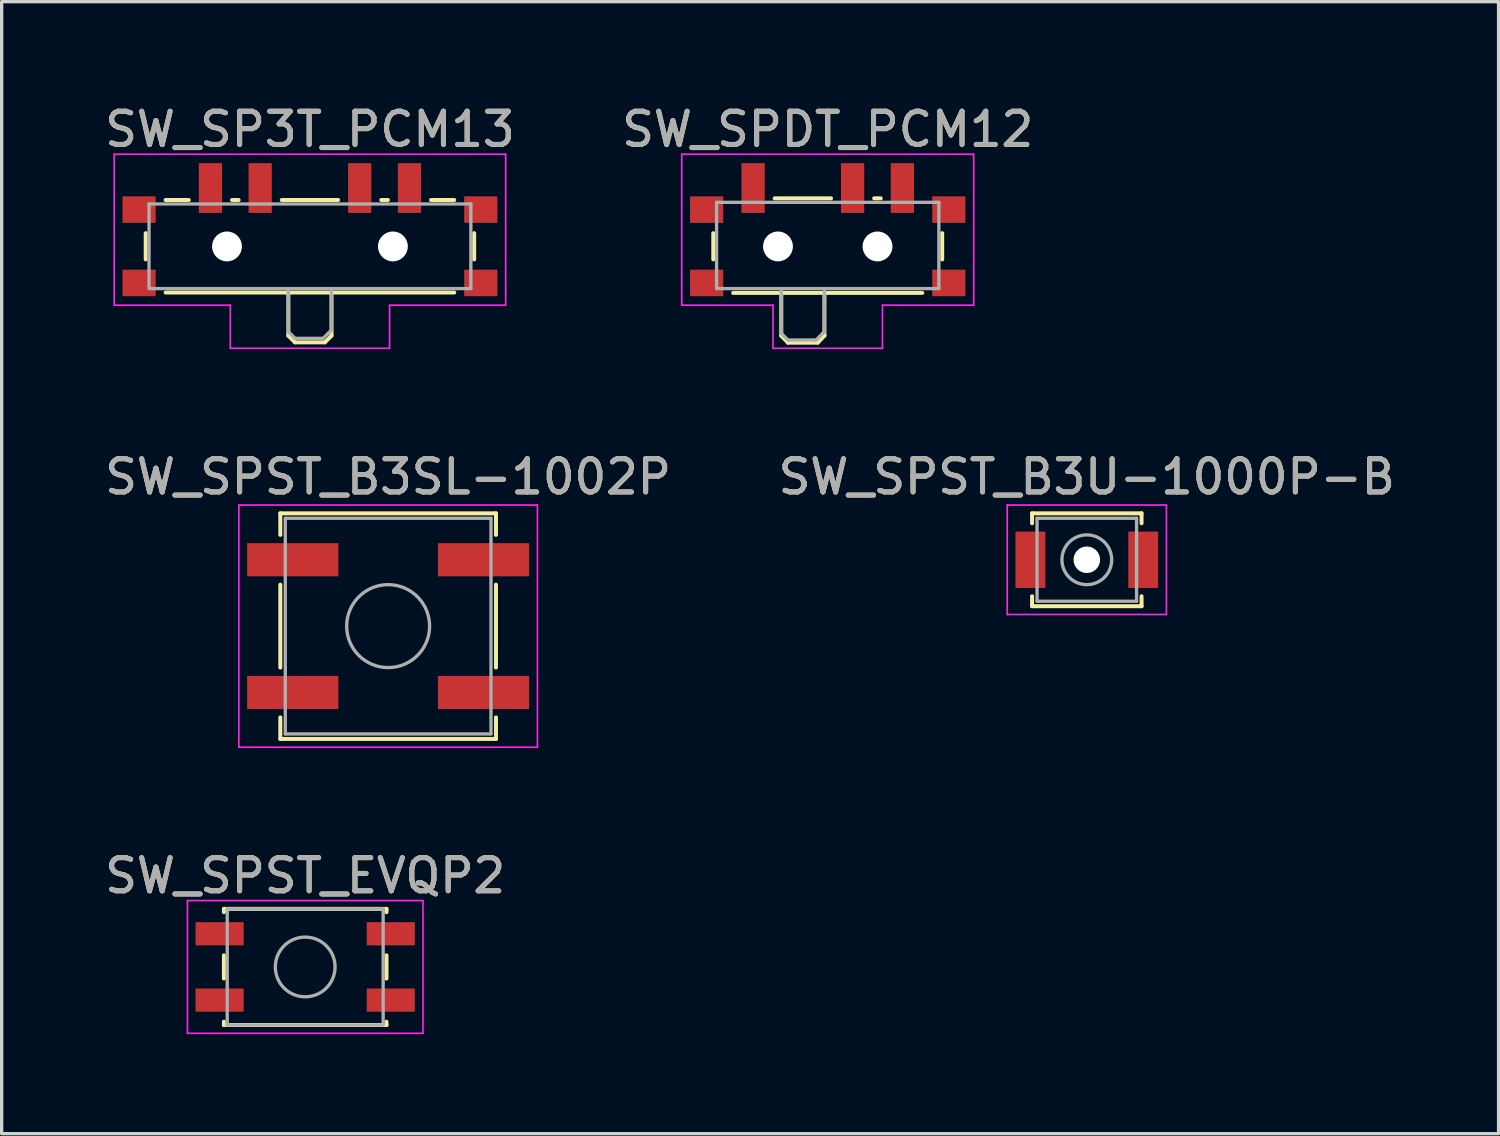
<source format=kicad_pcb>
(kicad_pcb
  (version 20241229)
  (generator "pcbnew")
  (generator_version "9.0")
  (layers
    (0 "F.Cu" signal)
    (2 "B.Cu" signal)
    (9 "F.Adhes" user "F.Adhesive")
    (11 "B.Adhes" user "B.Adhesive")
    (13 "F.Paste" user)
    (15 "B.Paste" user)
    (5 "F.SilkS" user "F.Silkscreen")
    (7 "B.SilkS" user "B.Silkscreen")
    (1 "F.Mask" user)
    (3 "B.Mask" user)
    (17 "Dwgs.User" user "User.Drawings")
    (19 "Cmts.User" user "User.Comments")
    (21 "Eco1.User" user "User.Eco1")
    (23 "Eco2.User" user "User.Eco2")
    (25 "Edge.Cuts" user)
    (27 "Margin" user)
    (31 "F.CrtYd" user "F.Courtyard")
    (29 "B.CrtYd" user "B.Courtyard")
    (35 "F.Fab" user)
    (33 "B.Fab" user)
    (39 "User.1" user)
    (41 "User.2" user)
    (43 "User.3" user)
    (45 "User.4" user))
  (footprint "SW_SPDT_PCM12"
    (layer "F.Cu")
    (at 21.899 4.048)
    (property "Reference" "SW_SPDT_PCM12" (at 0 -3.2 0) (layer "F.SilkS") (effects (font (size 1 1) (thickness 0.15))))
    (attr smd)
    (fp_line (start -3.45 -0.07) (end -3.45 0.72) (stroke (width 0.12) (type solid)) (layer "F.SilkS"))
    (fp_line (start -2.85 1.73) (end 2.85 1.73) (stroke (width 0.12) (type solid)) (layer "F.SilkS"))
    (fp_line (start -1.6 -1.12) (end 0.1 -1.12) (stroke (width 0.12) (type solid)) (layer "F.SilkS"))
    (fp_line (start -1.4 1.73) (end -1.4 3.02) (stroke (width 0.12) (type solid)) (layer "F.SilkS"))
    (fp_line (start -1.4 3.02) (end -1.2 3.23) (stroke (width 0.12) (type solid)) (layer "F.SilkS"))
    (fp_line (start -1.2 3.23) (end -0.3 3.23) (stroke (width 0.12) (type solid)) (layer "F.SilkS"))
    (fp_line (start -0.1 3.02) (end -0.3 3.23) (stroke (width 0.12) (type solid)) (layer "F.SilkS"))
    (fp_line (start -0.1 3.02) (end -0.1 1.73) (stroke (width 0.12) (type solid)) (layer "F.SilkS"))
    (fp_line (start 1.4 -1.12) (end 1.6 -1.12) (stroke (width 0.12) (type solid)) (layer "F.SilkS"))
    (fp_line (start 3.45 0.72) (end 3.45 -0.07) (stroke (width 0.12) (type solid)) (layer "F.SilkS"))
    (fp_line (start -4.4 -2.45) (end 4.4 -2.45) (stroke (width 0.05) (type solid)) (layer "F.CrtYd"))
    (fp_line (start -4.4 2.1) (end -4.4 -2.45) (stroke (width 0.05) (type solid)) (layer "F.CrtYd"))
    (fp_line (start -1.65 2.1) (end -4.4 2.1) (stroke (width 0.05) (type solid)) (layer "F.CrtYd"))
    (fp_line (start -1.65 3.4) (end -1.65 2.1) (stroke (width 0.05) (type solid)) (layer "F.CrtYd"))
    (fp_line (start 1.65 2.1) (end 1.65 3.4) (stroke (width 0.05) (type solid)) (layer "F.CrtYd"))
    (fp_line (start 1.65 3.4) (end -1.65 3.4) (stroke (width 0.05) (type solid)) (layer "F.CrtYd"))
    (fp_line (start 4.4 -2.45) (end 4.4 2.1) (stroke (width 0.05) (type solid)) (layer "F.CrtYd"))
    (fp_line (start 4.4 2.1) (end 1.65 2.1) (stroke (width 0.05) (type solid)) (layer "F.CrtYd"))
    (fp_line (start -3.35 -1) (end -3.35 1.6) (stroke (width 0.1) (type solid)) (layer "F.Fab"))
    (fp_line (start -3.35 1.6) (end 3.35 1.6) (stroke (width 0.1) (type solid)) (layer "F.Fab"))
    (fp_line (start -1.4 1.65) (end -1.4 2.95) (stroke (width 0.1) (type solid)) (layer "F.Fab"))
    (fp_line (start -1.4 2.95) (end -1.2 3.15) (stroke (width 0.1) (type solid)) (layer "F.Fab"))
    (fp_line (start -1.2 3.15) (end -0.35 3.15) (stroke (width 0.1) (type solid)) (layer "F.Fab"))
    (fp_line (start -0.35 3.15) (end -0.15 2.95) (stroke (width 0.1) (type solid)) (layer "F.Fab"))
    (fp_line (start -0.15 2.95) (end -0.1 2.9) (stroke (width 0.1) (type solid)) (layer "F.Fab"))
    (fp_line (start -0.1 2.9) (end -0.1 1.6) (stroke (width 0.1) (type solid)) (layer "F.Fab"))
    (fp_line (start 3.35 -1) (end -3.35 -1) (stroke (width 0.1) (type solid)) (layer "F.Fab"))
    (fp_line (start 3.35 1.6) (end 3.35 -1) (stroke (width 0.1) (type solid)) (layer "F.Fab"))
    (fp_text user "${REFERENCE}" (at 0 -3.2 0) (layer "F.Fab") (effects (font (size 1 1) (thickness 0.15))))
    (pad "" smd rect (at -3.65 -0.78) (size 1 0.8) (layers "F.Cu" "F.Mask" "F.Paste"))
    (pad "" smd rect (at -3.65 1.43) (size 1 0.8) (layers "F.Cu" "F.Mask" "F.Paste"))
    (pad "" np_thru_hole circle (at -1.5 0.33) (size 0.9 0.9) (drill 0.9) (layers "*.Cu" "*.Mask"))
    (pad "" np_thru_hole circle (at 1.5 0.33) (size 0.9 0.9) (drill 0.9) (layers "*.Cu" "*.Mask"))
    (pad "" smd rect (at 3.65 -0.78) (size 1 0.8) (layers "F.Cu" "F.Mask" "F.Paste"))
    (pad "" smd rect (at 3.65 1.43) (size 1 0.8) (layers "F.Cu" "F.Mask" "F.Paste"))
    (pad "1" smd rect (at -2.25 -1.43) (size 0.7 1.5) (layers "F.Cu" "F.Mask" "F.Paste"))
    (pad "2" smd rect (at 0.75 -1.43) (size 0.7 1.5) (layers "F.Cu" "F.Mask" "F.Paste"))
    (pad "3" smd rect (at 2.25 -1.43) (size 0.7 1.5) (layers "F.Cu" "F.Mask" "F.Paste")))
  (footprint "SW_SP3T_PCM13"
    (layer "F.Cu")
    (at 6.292 4.048)
    (property "Reference" "SW_SP3T_PCM13" (at 0 -3.2 0) (layer "F.SilkS") (effects (font (size 1 1) (thickness 0.15))))
    (attr smd)
    (fp_line (start -4.95 -0.07) (end -4.95 0.72) (stroke (width 0.12) (type solid)) (layer "F.SilkS"))
    (fp_line (start -4.35 -1.07) (end -3.65 -1.07) (stroke (width 0.12) (type solid)) (layer "F.SilkS"))
    (fp_line (start -4.35 1.72) (end 4.35 1.72) (stroke (width 0.12) (type solid)) (layer "F.SilkS"))
    (fp_line (start -2.35 -1.07) (end -2.15 -1.07) (stroke (width 0.12) (type solid)) (layer "F.SilkS"))
    (fp_line (start -0.85 -1.07) (end 0.85 -1.07) (stroke (width 0.12) (type solid)) (layer "F.SilkS"))
    (fp_line (start -0.65 1.72) (end -0.65 3.02) (stroke (width 0.12) (type solid)) (layer "F.SilkS"))
    (fp_line (start -0.65 3.02) (end -0.45 3.22) (stroke (width 0.12) (type solid)) (layer "F.SilkS"))
    (fp_line (start 0.45 3.22) (end -0.45 3.22) (stroke (width 0.12) (type solid)) (layer "F.SilkS"))
    (fp_line (start 0.65 3.02) (end 0.45 3.22) (stroke (width 0.12) (type solid)) (layer "F.SilkS"))
    (fp_line (start 0.65 3.02) (end 0.65 1.72) (stroke (width 0.12) (type solid)) (layer "F.SilkS"))
    (fp_line (start 2.15 -1.07) (end 2.35 -1.07) (stroke (width 0.12) (type solid)) (layer "F.SilkS"))
    (fp_line (start 3.65 -1.07) (end 4.35 -1.07) (stroke (width 0.12) (type solid)) (layer "F.SilkS"))
    (fp_line (start 4.95 0.72) (end 4.95 -0.07) (stroke (width 0.12) (type solid)) (layer "F.SilkS"))
    (fp_line (start -5.9 -2.45) (end 5.9 -2.45) (stroke (width 0.05) (type solid)) (layer "F.CrtYd"))
    (fp_line (start -5.9 2.1) (end -5.9 -2.45) (stroke (width 0.05) (type solid)) (layer "F.CrtYd"))
    (fp_line (start -2.4 2.1) (end -5.9 2.1) (stroke (width 0.05) (type solid)) (layer "F.CrtYd"))
    (fp_line (start -2.4 3.4) (end -2.4 2.1) (stroke (width 0.05) (type solid)) (layer "F.CrtYd"))
    (fp_line (start 2.4 2.1) (end 2.4 3.4) (stroke (width 0.05) (type solid)) (layer "F.CrtYd"))
    (fp_line (start 2.4 3.4) (end -2.4 3.4) (stroke (width 0.05) (type solid)) (layer "F.CrtYd"))
    (fp_line (start 5.9 -2.45) (end 5.9 2.1) (stroke (width 0.05) (type solid)) (layer "F.CrtYd"))
    (fp_line (start 5.9 2.1) (end 2.4 2.1) (stroke (width 0.05) (type solid)) (layer "F.CrtYd"))
    (fp_line (start -4.85 -0.95) (end 4.85 -0.95) (stroke (width 0.1) (type solid)) (layer "F.Fab"))
    (fp_line (start -4.85 1.6) (end -4.85 -0.95) (stroke (width 0.1) (type solid)) (layer "F.Fab"))
    (fp_line (start -0.65 1.6) (end -0.65 2.9) (stroke (width 0.1) (type solid)) (layer "F.Fab"))
    (fp_line (start -0.65 2.9) (end -0.45 3.1) (stroke (width 0.1) (type solid)) (layer "F.Fab"))
    (fp_line (start -0.45 3.1) (end 0.4 3.1) (stroke (width 0.1) (type solid)) (layer "F.Fab"))
    (fp_line (start 0.4 3.1) (end 0.55 2.95) (stroke (width 0.1) (type solid)) (layer "F.Fab"))
    (fp_line (start 0.55 2.95) (end 0.65 2.85) (stroke (width 0.1) (type solid)) (layer "F.Fab"))
    (fp_line (start 0.65 2.85) (end 0.65 1.6) (stroke (width 0.1) (type solid)) (layer "F.Fab"))
    (fp_line (start 4.85 -0.95) (end 4.85 1.6) (stroke (width 0.1) (type solid)) (layer "F.Fab"))
    (fp_line (start 4.85 1.6) (end -4.8 1.6) (stroke (width 0.1) (type solid)) (layer "F.Fab"))
    (fp_text user "${REFERENCE}" (at 0 -3.2 0) (layer "F.Fab") (effects (font (size 1 1) (thickness 0.15))))
    (pad "" smd rect (at -5.15 -0.78) (size 1 0.8) (layers "F.Cu" "F.Mask" "F.Paste"))
    (pad "" smd rect (at -5.15 1.43) (size 1 0.8) (layers "F.Cu" "F.Mask" "F.Paste"))
    (pad "" np_thru_hole circle (at -2.5 0.33) (size 0.9 0.9) (drill 0.9) (layers "*.Cu" "*.Mask"))
    (pad "" np_thru_hole circle (at 2.5 0.33) (size 0.9 0.9) (drill 0.9) (layers "*.Cu" "*.Mask"))
    (pad "" smd rect (at 5.15 -0.78) (size 1 0.8) (layers "F.Cu" "F.Mask" "F.Paste"))
    (pad "" smd rect (at 5.15 1.43) (size 1 0.8) (layers "F.Cu" "F.Mask" "F.Paste"))
    (pad "1" smd rect (at -3 -1.43) (size 0.7 1.5) (layers "F.Cu" "F.Mask" "F.Paste"))
    (pad "2" smd rect (at -1.5 -1.43) (size 0.7 1.5) (layers "F.Cu" "F.Mask" "F.Paste"))
    (pad "3" smd rect (at 1.5 -1.43) (size 0.7 1.5) (layers "F.Cu" "F.Mask" "F.Paste"))
    (pad "4" smd rect (at 3 -1.43) (size 0.7 1.5) (layers "F.Cu" "F.Mask" "F.Paste")))
  (footprint "SW_SPST_B3U-1000P-B"
    (layer "F.Cu")
    (at 29.708 13.822)
    (property "Reference" "SW_SPST_B3U-1000P-B" (at 0 -2.5 0) (layer "F.SilkS") (effects (font (size 1 1) (thickness 0.15))))
    (attr smd)
    (fp_line (start -1.65 -1.4) (end 1.65 -1.4) (stroke (width 0.12) (type solid)) (layer "F.SilkS"))
    (fp_line (start -1.65 -1.1) (end -1.65 -1.4) (stroke (width 0.12) (type solid)) (layer "F.SilkS"))
    (fp_line (start -1.65 1.1) (end -1.65 1.4) (stroke (width 0.12) (type solid)) (layer "F.SilkS"))
    (fp_line (start -1.65 1.4) (end 1.65 1.4) (stroke (width 0.12) (type solid)) (layer "F.SilkS"))
    (fp_line (start 1.65 -1.4) (end 1.65 -1.1) (stroke (width 0.12) (type solid)) (layer "F.SilkS"))
    (fp_line (start 1.65 1.4) (end 1.65 1.1) (stroke (width 0.12) (type solid)) (layer "F.SilkS"))
    (fp_line (start -2.4 -1.65) (end -2.4 1.65) (stroke (width 0.05) (type solid)) (layer "F.CrtYd"))
    (fp_line (start -2.4 1.65) (end 2.4 1.65) (stroke (width 0.05) (type solid)) (layer "F.CrtYd"))
    (fp_line (start 2.4 -1.65) (end -2.4 -1.65) (stroke (width 0.05) (type solid)) (layer "F.CrtYd"))
    (fp_line (start 2.4 1.65) (end 2.4 -1.65) (stroke (width 0.05) (type solid)) (layer "F.CrtYd"))
    (fp_line (start -1.5 -1.25) (end 1.5 -1.25) (stroke (width 0.1) (type solid)) (layer "F.Fab"))
    (fp_line (start -1.5 1.25) (end -1.5 -1.25) (stroke (width 0.1) (type solid)) (layer "F.Fab"))
    (fp_line (start 1.5 -1.25) (end 1.5 1.25) (stroke (width 0.1) (type solid)) (layer "F.Fab"))
    (fp_line (start 1.5 1.25) (end -1.5 1.25) (stroke (width 0.1) (type solid)) (layer "F.Fab"))
    (fp_circle (center 0 0) (end 0.75 0) (stroke (width 0.1) (type solid)) (fill no) (layer "F.Fab"))
    (fp_text user "${REFERENCE}" (at 0 -2.5 0) (layer "F.Fab") (effects (font (size 1 1) (thickness 0.15))))
    (pad "" np_thru_hole circle (at 0 0) (size 0.8 0.8) (drill 0.8) (layers "*.Cu" "*.Mask"))
    (pad "1" smd rect (at -1.7 0) (size 0.9 1.7) (layers "F.Cu" "F.Mask" "F.Paste"))
    (pad "2" smd rect (at 1.7 0) (size 0.9 1.7) (layers "F.Cu" "F.Mask" "F.Paste")))
  (footprint "SW_SPST_EVQP2"
    (layer "F.Cu")
    (at 6.149 26.095)
    (property "Reference" "SW_SPST_EVQP2" (at 0 -2.75 0) (layer "F.SilkS") (effects (font (size 1 1) (thickness 0.15))))
    (attr smd)
    (fp_line (start -2.45 -1.75) (end -2.45 -1.65) (stroke (width 0.12) (type solid)) (layer "F.SilkS"))
    (fp_line (start -2.45 -0.35) (end -2.45 0.35) (stroke (width 0.12) (type solid)) (layer "F.SilkS"))
    (fp_line (start -2.45 1.65) (end -2.45 1.75) (stroke (width 0.12) (type solid)) (layer "F.SilkS"))
    (fp_line (start -2.45 1.75) (end 2.45 1.75) (stroke (width 0.12) (type solid)) (layer "F.SilkS"))
    (fp_line (start 2.45 -1.75) (end -2.45 -1.75) (stroke (width 0.12) (type solid)) (layer "F.SilkS"))
    (fp_line (start 2.45 -1.75) (end 2.45 -1.65) (stroke (width 0.12) (type solid)) (layer "F.SilkS"))
    (fp_line (start 2.45 -0.35) (end 2.45 0.35) (stroke (width 0.12) (type solid)) (layer "F.SilkS"))
    (fp_line (start 2.45 1.75) (end 2.45 1.65) (stroke (width 0.12) (type solid)) (layer "F.SilkS"))
    (fp_line (start -3.55 -2) (end 3.55 -2) (stroke (width 0.05) (type solid)) (layer "F.CrtYd"))
    (fp_line (start -3.55 2) (end -3.55 -2) (stroke (width 0.05) (type solid)) (layer "F.CrtYd"))
    (fp_line (start 3.55 -2) (end 3.55 2) (stroke (width 0.05) (type solid)) (layer "F.CrtYd"))
    (fp_line (start 3.55 2) (end -3.55 2) (stroke (width 0.05) (type solid)) (layer "F.CrtYd"))
    (fp_line (start -2.35 -1.75) (end 2.35 -1.75) (stroke (width 0.1) (type solid)) (layer "F.Fab"))
    (fp_line (start -2.35 1.75) (end -2.35 -1.75) (stroke (width 0.1) (type solid)) (layer "F.Fab"))
    (fp_line (start 2.35 -1.75) (end 2.35 1.75) (stroke (width 0.1) (type solid)) (layer "F.Fab"))
    (fp_line (start 2.35 1.75) (end -2.35 1.75) (stroke (width 0.1) (type solid)) (layer "F.Fab"))
    (fp_circle (center 0 0) (end 0.9 0) (stroke (width 0.1) (type solid)) (fill no) (layer "F.Fab"))
    (fp_text user "${REFERENCE}" (at 0 -2.75 0) (layer "F.Fab") (effects (font (size 1 1) (thickness 0.15))))
    (pad "1" smd rect (at -2.58 -1) (size 1.45 0.7) (layers "F.Cu" "F.Mask" "F.Paste"))
    (pad "1" smd rect (at 2.58 -1) (size 1.45 0.7) (layers "F.Cu" "F.Mask" "F.Paste"))
    (pad "2" smd rect (at -2.58 1) (size 1.45 0.7) (layers "F.Cu" "F.Mask" "F.Paste"))
    (pad "2" smd rect (at 2.58 1) (size 1.45 0.7) (layers "F.Cu" "F.Mask" "F.Paste")))
  (footprint "SW_SPST_B3SL-1002P"
    (layer "F.Cu")
    (at 8.649 15.822)
    (property "Reference" "SW_SPST_B3SL-1002P" (at 0 -4.5 0) (layer "F.SilkS") (effects (font (size 1 1) (thickness 0.15))))
    (attr smd)
    (fp_line (start -3.25 -3.4) (end -3.25 -2.75) (stroke (width 0.12) (type solid)) (layer "F.SilkS"))
    (fp_line (start -3.25 -1.25) (end -3.25 1.25) (stroke (width 0.12) (type solid)) (layer "F.SilkS"))
    (fp_line (start -3.25 3.4) (end -3.25 2.75) (stroke (width 0.12) (type solid)) (layer "F.SilkS"))
    (fp_line (start 3.25 -3.4) (end -3.25 -3.4) (stroke (width 0.12) (type solid)) (layer "F.SilkS"))
    (fp_line (start 3.25 -2.75) (end 3.25 -3.4) (stroke (width 0.12) (type solid)) (layer "F.SilkS"))
    (fp_line (start 3.25 -1.25) (end 3.25 1.25) (stroke (width 0.12) (type solid)) (layer "F.SilkS"))
    (fp_line (start 3.25 2.75) (end 3.25 3.4) (stroke (width 0.12) (type solid)) (layer "F.SilkS"))
    (fp_line (start 3.25 3.4) (end -3.25 3.4) (stroke (width 0.12) (type solid)) (layer "F.SilkS"))
    (fp_line (start -4.5 -3.65) (end -4.5 3.65) (stroke (width 0.05) (type solid)) (layer "F.CrtYd"))
    (fp_line (start -4.5 3.65) (end 4.5 3.65) (stroke (width 0.05) (type solid)) (layer "F.CrtYd"))
    (fp_line (start 4.5 -3.65) (end -4.5 -3.65) (stroke (width 0.05) (type solid)) (layer "F.CrtYd"))
    (fp_line (start 4.5 3.65) (end 4.5 -3.65) (stroke (width 0.05) (type solid)) (layer "F.CrtYd"))
    (fp_line (start -3.1 -3.25) (end 3.1 -3.25) (stroke (width 0.1) (type solid)) (layer "F.Fab"))
    (fp_line (start -3.1 3.25) (end -3.1 -3.25) (stroke (width 0.1) (type solid)) (layer "F.Fab"))
    (fp_line (start 3.1 -3.25) (end 3.1 3.25) (stroke (width 0.1) (type solid)) (layer "F.Fab"))
    (fp_line (start 3.1 3.25) (end -3.1 3.25) (stroke (width 0.1) (type solid)) (layer "F.Fab"))
    (fp_circle (center 0 0) (end 1.25 0) (stroke (width 0.1) (type solid)) (fill no) (layer "F.Fab"))
    (fp_text user "${REFERENCE}" (at 0 -4.5 0) (layer "F.Fab") (effects (font (size 1 1) (thickness 0.15))))
    (pad "1" smd rect (at -2.875 -2) (size 2.75 1) (layers "F.Cu" "F.Mask" "F.Paste"))
    (pad "1" smd rect (at 2.875 -2) (size 2.75 1) (layers "F.Cu" "F.Mask" "F.Paste"))
    (pad "2" smd rect (at -2.875 2) (size 2.75 1) (layers "F.Cu" "F.Mask" "F.Paste"))
    (pad "2" smd rect (at 2.875 2) (size 2.75 1) (layers "F.Cu" "F.Mask" "F.Paste")))
  (gr_rect
    (start -3 -3)
    (end 42.119 31.12)
    (stroke (width 0.1) (type default))
    (fill no)
    (layer "Edge.Cuts")))
</source>
